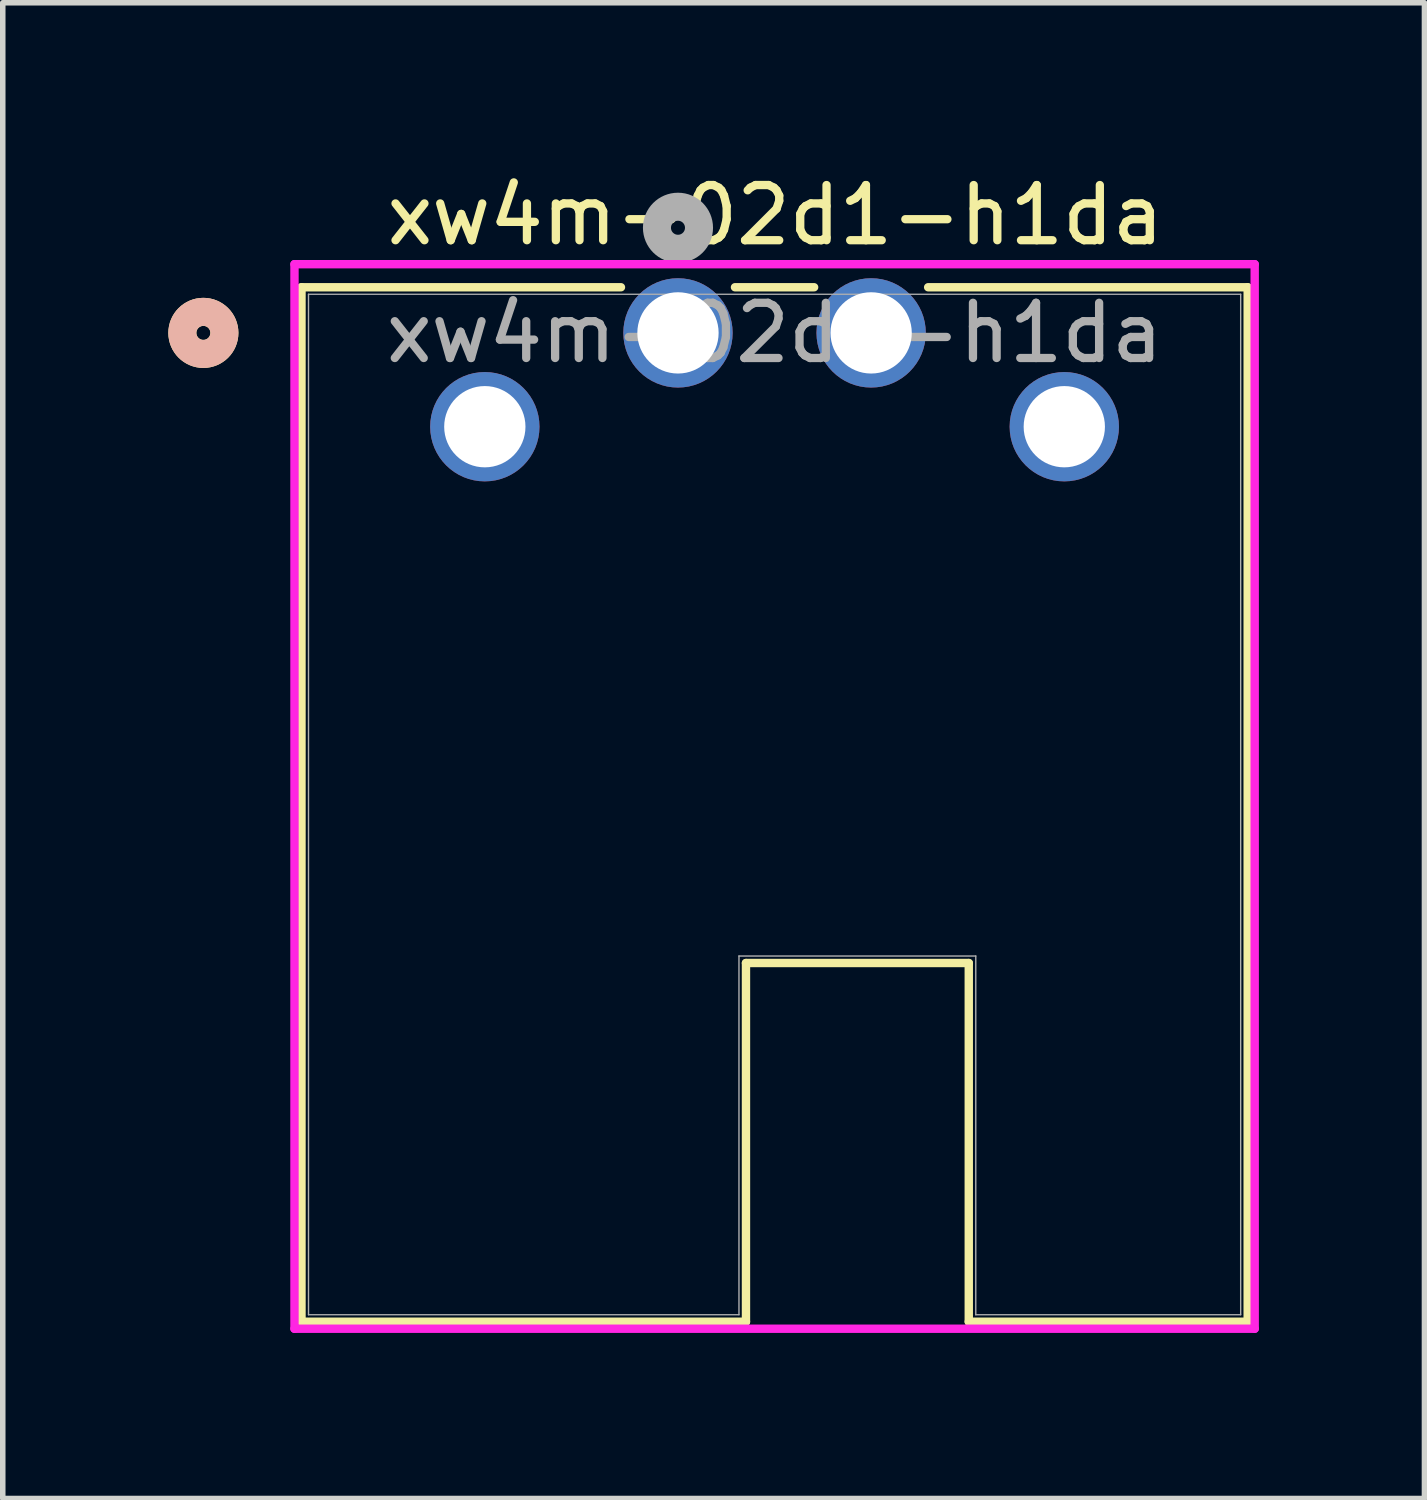
<source format=kicad_pcb>
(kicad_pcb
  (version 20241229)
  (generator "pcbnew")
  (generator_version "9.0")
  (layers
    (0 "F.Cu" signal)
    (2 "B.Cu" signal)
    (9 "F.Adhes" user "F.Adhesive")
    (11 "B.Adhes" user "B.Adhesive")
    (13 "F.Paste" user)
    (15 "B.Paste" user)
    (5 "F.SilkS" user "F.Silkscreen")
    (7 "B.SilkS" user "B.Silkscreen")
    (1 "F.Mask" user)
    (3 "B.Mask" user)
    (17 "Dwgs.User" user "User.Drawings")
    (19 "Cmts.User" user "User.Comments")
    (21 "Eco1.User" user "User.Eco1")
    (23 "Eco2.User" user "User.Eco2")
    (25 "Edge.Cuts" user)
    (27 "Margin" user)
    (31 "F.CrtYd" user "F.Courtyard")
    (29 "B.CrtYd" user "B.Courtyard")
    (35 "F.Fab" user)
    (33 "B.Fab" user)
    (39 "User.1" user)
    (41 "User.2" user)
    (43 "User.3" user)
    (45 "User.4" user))
  (footprint "xw4m-02d1-h1da"
    (layer "F.Cu")
    (at 9.22 2.982)
    (property "Reference" "xw4m-02d1-h1da" (at 1.778 -2.134 0) (unlocked yes) (layer "F.SilkS") (effects (font (size 1 1) (thickness 0.15))))
    (attr through_hole)
    (fp_line (start -6.807 -0.827) (end -6.807 17.918) (stroke (width 0.152) (type solid)) (layer "F.SilkS"))
    (fp_line (start -6.807 17.918) (end 1.247 17.918) (stroke (width 0.152) (type solid)) (layer "F.SilkS"))
    (fp_line (start -1.018 -0.827) (end -6.807 -0.827) (stroke (width 0.152) (type solid)) (layer "F.SilkS"))
    (fp_line (start 1.247 11.418) (end 1.247 17.918) (stroke (width 0.152) (type solid)) (layer "F.SilkS"))
    (fp_line (start 1.247 11.418) (end 5.284 11.418) (stroke (width 0.152) (type solid)) (layer "F.SilkS"))
    (fp_line (start 2.482 -0.827) (end 1.048 -0.827) (stroke (width 0.152) (type solid)) (layer "F.SilkS"))
    (fp_line (start 5.284 11.418) (end 5.284 17.918) (stroke (width 0.152) (type solid)) (layer "F.SilkS"))
    (fp_line (start 5.284 17.918) (end 10.338 17.918) (stroke (width 0.152) (type solid)) (layer "F.SilkS"))
    (fp_line (start 10.338 -0.827) (end 4.548 -0.827) (stroke (width 0.152) (type solid)) (layer "F.SilkS"))
    (fp_line (start 10.338 17.918) (end 10.338 -0.827) (stroke (width 0.152) (type solid)) (layer "F.SilkS"))
    (fp_circle (center -8.585 0) (end -8.204 0) (stroke (width 0.508) (type solid)) (fill no) (layer "F.SilkS"))
    (fp_circle (center -8.585 0) (end -8.204 0) (stroke (width 0.508) (type solid)) (fill no) (layer "B.SilkS"))
    (fp_line (start -6.934 -1.245) (end -6.934 18.045) (stroke (width 0.152) (type solid)) (layer "F.CrtYd"))
    (fp_line (start -6.934 18.045) (end 10.465 18.045) (stroke (width 0.152) (type solid)) (layer "F.CrtYd"))
    (fp_line (start 10.465 -1.245) (end -6.934 -1.245) (stroke (width 0.152) (type solid)) (layer "F.CrtYd"))
    (fp_line (start 10.465 18.045) (end 10.465 -1.245) (stroke (width 0.152) (type solid)) (layer "F.CrtYd"))
    (fp_line (start -6.68 -0.7) (end -6.68 17.791) (stroke (width 0.025) (type solid)) (layer "F.Fab"))
    (fp_line (start -6.68 17.791) (end 1.12 17.791) (stroke (width 0.025) (type solid)) (layer "F.Fab"))
    (fp_line (start 1.12 11.291) (end 5.411 11.291) (stroke (width 0.025) (type solid)) (layer "F.Fab"))
    (fp_line (start 1.12 17.791) (end 1.12 11.291) (stroke (width 0.025) (type solid)) (layer "F.Fab"))
    (fp_line (start 5.411 11.291) (end 5.411 17.791) (stroke (width 0.025) (type solid)) (layer "F.Fab"))
    (fp_line (start 10.211 -0.7) (end -6.68 -0.7) (stroke (width 0.025) (type solid)) (layer "F.Fab"))
    (fp_line (start 10.211 17.791) (end 5.411 17.791) (stroke (width 0.025) (type solid)) (layer "F.Fab"))
    (fp_line (start 10.211 17.791) (end 10.211 -0.7) (stroke (width 0.025) (type solid)) (layer "F.Fab"))
    (fp_circle (center 0.015 -1.905) (end 0.396 -1.905) (stroke (width 0.508) (type solid)) (fill no) (layer "F.Fab"))
    (fp_text user "${REFERENCE}" (at 1.765 0 0) (unlocked yes) (layer "F.Fab") (effects (font (size 1 1) (thickness 0.15))))
    (pad "1" thru_hole circle (at 0.015 0) (size 1.981 1.981) (drill 1.473) (layers "*.Cu" "*.Mask"))
    (pad "2" thru_hole circle (at 3.515 0) (size 1.981 1.981) (drill 1.473) (layers "*.Cu" "*.Mask"))
    (pad "3" thru_hole circle (at -3.485 1.7) (size 1.981 1.981) (drill 1.473) (layers "*.Cu" "*.Mask"))
    (pad "4" thru_hole circle (at 7.015 1.7) (size 1.981 1.981) (drill 1.473) (layers "*.Cu" "*.Mask")))
  (gr_rect
    (start -3 -3)
    (end 22.761 24.103)
    (stroke (width 0.1) (type default))
    (fill no)
    (layer "Edge.Cuts")))
</source>
